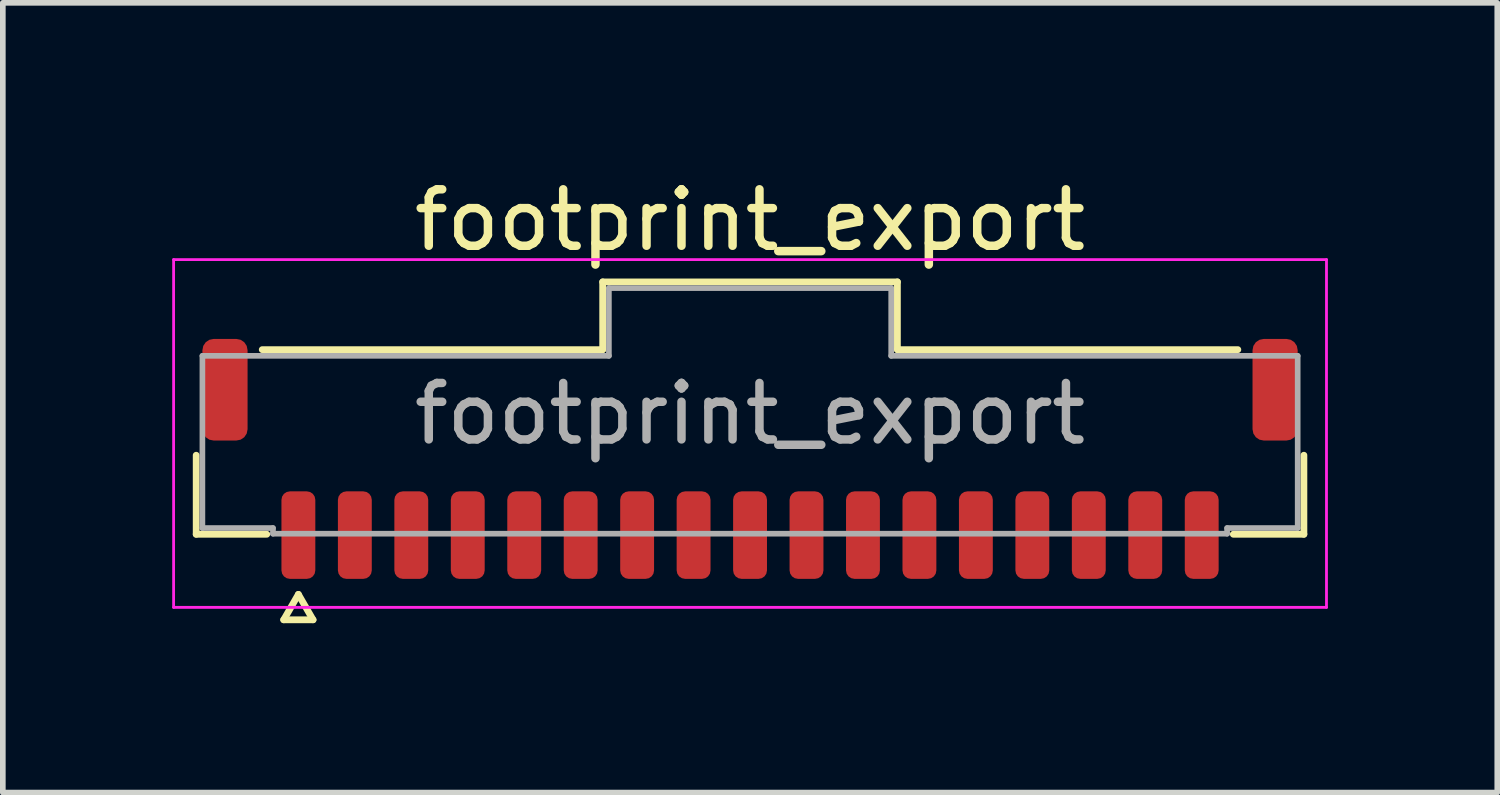
<source format=kicad_pcb>
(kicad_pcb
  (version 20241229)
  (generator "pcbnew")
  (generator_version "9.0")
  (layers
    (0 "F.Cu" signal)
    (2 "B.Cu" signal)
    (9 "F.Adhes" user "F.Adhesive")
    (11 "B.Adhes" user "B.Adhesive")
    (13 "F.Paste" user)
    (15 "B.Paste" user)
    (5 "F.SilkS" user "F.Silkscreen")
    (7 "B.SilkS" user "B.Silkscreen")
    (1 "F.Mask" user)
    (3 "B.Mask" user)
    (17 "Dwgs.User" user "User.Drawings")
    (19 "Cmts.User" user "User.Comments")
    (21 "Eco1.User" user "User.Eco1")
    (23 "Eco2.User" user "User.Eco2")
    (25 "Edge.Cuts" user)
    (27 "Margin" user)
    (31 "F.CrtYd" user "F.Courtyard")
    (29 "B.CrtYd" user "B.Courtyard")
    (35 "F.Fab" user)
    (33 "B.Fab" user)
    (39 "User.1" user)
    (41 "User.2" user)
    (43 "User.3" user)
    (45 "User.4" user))
  (footprint "footprint_export"
    (layer "F.Cu")
    (at 10.235 4.278)
    (property "Reference" "footprint_export" (at 0 -3.43 0) (layer "F.SilkS") (effects (font (size 1 1) (thickness 0.15))))
    (attr smd)
    (fp_line (start -9.81 2.135) (end -9.81 0.735) (stroke (width 0.12) (type solid)) (layer "F.SilkS"))
    (fp_line (start -8.64 -1.135) (end -2.61 -1.135) (stroke (width 0.12) (type solid)) (layer "F.SilkS"))
    (fp_line (start -8.56 2.135) (end -9.81 2.135) (stroke (width 0.12) (type solid)) (layer "F.SilkS"))
    (fp_line (start -8.26 3.65) (end -8 3.2) (stroke (width 0.12) (type solid)) (layer "F.SilkS"))
    (fp_line (start -8 3.2) (end -7.74 3.65) (stroke (width 0.12) (type solid)) (layer "F.SilkS"))
    (fp_line (start -7.74 3.65) (end -8.26 3.65) (stroke (width 0.12) (type solid)) (layer "F.SilkS"))
    (fp_line (start -2.61 -2.335) (end 2.61 -2.335) (stroke (width 0.12) (type solid)) (layer "F.SilkS"))
    (fp_line (start -2.61 -1.135) (end -2.61 -2.335) (stroke (width 0.12) (type solid)) (layer "F.SilkS"))
    (fp_line (start 2.61 -2.335) (end 2.61 -1.135) (stroke (width 0.12) (type solid)) (layer "F.SilkS"))
    (fp_line (start 2.61 -1.135) (end 8.64 -1.135) (stroke (width 0.12) (type solid)) (layer "F.SilkS"))
    (fp_line (start 9.81 0.735) (end 9.81 2.135) (stroke (width 0.12) (type solid)) (layer "F.SilkS"))
    (fp_line (start 9.81 2.135) (end 8.56 2.135) (stroke (width 0.12) (type solid)) (layer "F.SilkS"))
    (fp_line (start -10.21 -2.73) (end -10.21 3.43) (stroke (width 0.05) (type solid)) (layer "F.CrtYd"))
    (fp_line (start -10.21 3.43) (end 10.21 3.43) (stroke (width 0.05) (type solid)) (layer "F.CrtYd"))
    (fp_line (start 10.21 -2.73) (end -10.21 -2.73) (stroke (width 0.05) (type solid)) (layer "F.CrtYd"))
    (fp_line (start 10.21 3.43) (end 10.21 -2.73) (stroke (width 0.05) (type solid)) (layer "F.CrtYd"))
    (fp_line (start -9.7 -1.025) (end -2.5 -1.025) (stroke (width 0.1) (type solid)) (layer "F.Fab"))
    (fp_line (start -9.7 2.025) (end -9.7 -1.025) (stroke (width 0.1) (type solid)) (layer "F.Fab"))
    (fp_line (start -8.45 2.025) (end -9.7 2.025) (stroke (width 0.1) (type solid)) (layer "F.Fab"))
    (fp_line (start -8.45 2.125) (end -8.45 2.025) (stroke (width 0.1) (type solid)) (layer "F.Fab"))
    (fp_line (start -2.5 -2.225) (end 2.5 -2.225) (stroke (width 0.1) (type solid)) (layer "F.Fab"))
    (fp_line (start -2.5 -1.025) (end -2.5 -2.225) (stroke (width 0.1) (type solid)) (layer "F.Fab"))
    (fp_line (start 2.5 -2.225) (end 2.5 -1.025) (stroke (width 0.1) (type solid)) (layer "F.Fab"))
    (fp_line (start 2.5 -1.025) (end 9.7 -1.025) (stroke (width 0.1) (type solid)) (layer "F.Fab"))
    (fp_line (start 8.45 2.025) (end 8.45 2.125) (stroke (width 0.1) (type solid)) (layer "F.Fab"))
    (fp_line (start 8.45 2.125) (end -8.45 2.125) (stroke (width 0.1) (type solid)) (layer "F.Fab"))
    (fp_line (start 9.7 -1.025) (end 9.7 2.025) (stroke (width 0.1) (type solid)) (layer "F.Fab"))
    (fp_line (start 9.7 2.025) (end 8.45 2.025) (stroke (width 0.1) (type solid)) (layer "F.Fab"))
    (fp_text user "${REFERENCE}" (at 0 0 0) (layer "F.Fab") (effects (font (size 1 1) (thickness 0.15))))
    (pad "1" smd roundrect (at -8 2.15) (size 0.6 1.55) (layers "F.Cu" "F.Mask" "F.Paste") (roundrect_rratio 0.25))
    (pad "2" smd roundrect (at -7 2.15) (size 0.6 1.55) (layers "F.Cu" "F.Mask" "F.Paste") (roundrect_rratio 0.25))
    (pad "3" smd roundrect (at -6 2.15) (size 0.6 1.55) (layers "F.Cu" "F.Mask" "F.Paste") (roundrect_rratio 0.25))
    (pad "4" smd roundrect (at -5 2.15) (size 0.6 1.55) (layers "F.Cu" "F.Mask" "F.Paste") (roundrect_rratio 0.25))
    (pad "5" smd roundrect (at -4 2.15) (size 0.6 1.55) (layers "F.Cu" "F.Mask" "F.Paste") (roundrect_rratio 0.25))
    (pad "6" smd roundrect (at -3 2.15) (size 0.6 1.55) (layers "F.Cu" "F.Mask" "F.Paste") (roundrect_rratio 0.25))
    (pad "7" smd roundrect (at -2 2.15) (size 0.6 1.55) (layers "F.Cu" "F.Mask" "F.Paste") (roundrect_rratio 0.25))
    (pad "8" smd roundrect (at -1 2.15) (size 0.6 1.55) (layers "F.Cu" "F.Mask" "F.Paste") (roundrect_rratio 0.25))
    (pad "9" smd roundrect (at 0 2.15) (size 0.6 1.55) (layers "F.Cu" "F.Mask" "F.Paste") (roundrect_rratio 0.25))
    (pad "10" smd roundrect (at 1 2.15) (size 0.6 1.55) (layers "F.Cu" "F.Mask" "F.Paste") (roundrect_rratio 0.25))
    (pad "11" smd roundrect (at 2 2.15) (size 0.6 1.55) (layers "F.Cu" "F.Mask" "F.Paste") (roundrect_rratio 0.25))
    (pad "12" smd roundrect (at 3 2.15) (size 0.6 1.55) (layers "F.Cu" "F.Mask" "F.Paste") (roundrect_rratio 0.25))
    (pad "13" smd roundrect (at 4 2.15) (size 0.6 1.55) (layers "F.Cu" "F.Mask" "F.Paste") (roundrect_rratio 0.25))
    (pad "14" smd roundrect (at 5 2.15) (size 0.6 1.55) (layers "F.Cu" "F.Mask" "F.Paste") (roundrect_rratio 0.25))
    (pad "15" smd roundrect (at 6 2.15) (size 0.6 1.55) (layers "F.Cu" "F.Mask" "F.Paste") (roundrect_rratio 0.25))
    (pad "16" smd roundrect (at 7 2.15) (size 0.6 1.55) (layers "F.Cu" "F.Mask" "F.Paste") (roundrect_rratio 0.25))
    (pad "17" smd roundrect (at 8 2.15) (size 0.6 1.55) (layers "F.Cu" "F.Mask" "F.Paste") (roundrect_rratio 0.25))
    (pad "MP" smd roundrect (at -9.3 -0.425) (size 0.8 1.8) (layers "F.Cu" "F.Mask" "F.Paste") (roundrect_rratio 0.25))
    (pad "MP" smd roundrect (at 9.3 -0.425) (size 0.8 1.8) (layers "F.Cu" "F.Mask" "F.Paste") (roundrect_rratio 0.25)))
  (gr_rect
    (start -3 -3)
    (end 23.47 10.988)
    (stroke (width 0.1) (type default))
    (fill no)
    (layer "Edge.Cuts")))
</source>
